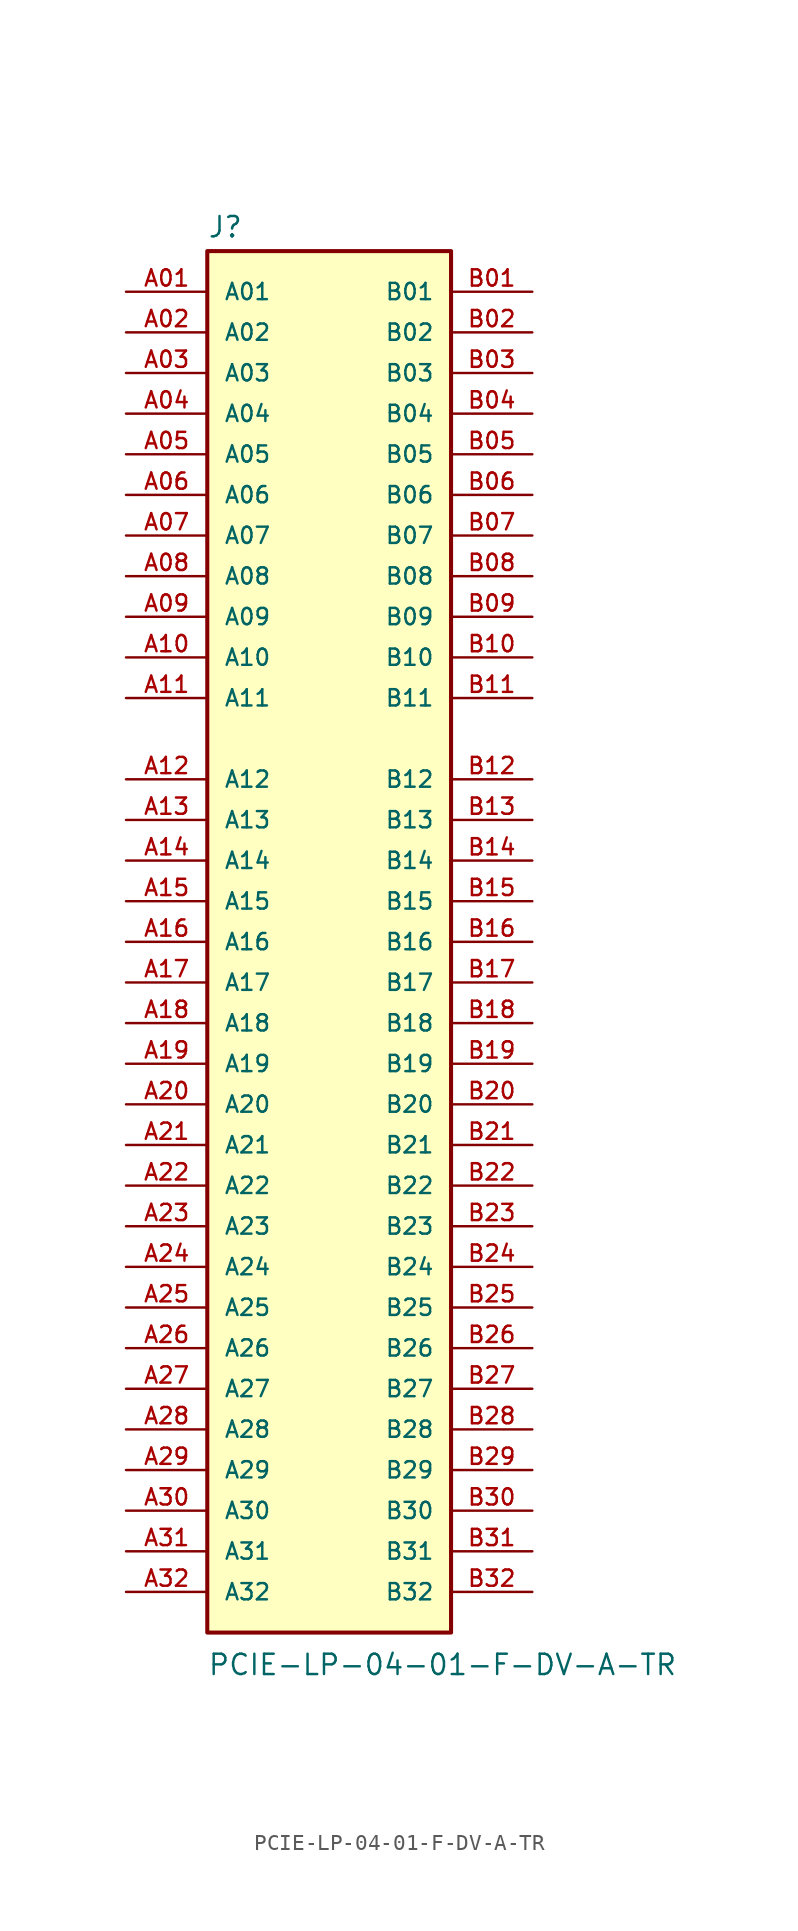
<source format=kicad_sym>
(kicad_symbol_lib
  (version 20211014)
  (generator kicad_symbol_editor)
  (symbol "PCIE-LP-04-01-F-DV-A-TR"
    (pin_names
      (offset 1.016))
    (property "Reference" "J"
      (at -7.62 43.942 0)
      (effects (font (size 1.27 1.27)) (justify bottom left)))
    (property "Value" "PCIE-LP-04-01-F-DV-A-TR"
      (at -7.62 -44.45 0)
      (effects (font (size 1.27 1.27)) (justify top left)))
    (symbol "PCIE-LP-04-01-F-DV-A-TR_0_0"
      (rectangle (start -7.62 -43.18) (end 7.62 43.18) (stroke (width 0.254)) (fill (type background)))
      (pin passive line (at -12.7 40.64 0) (length 5.08) (name "A01" (effects (font (size 1.016 1.016)))) (number "A01" (effects (font (size 1.016 1.016)))))
      (pin passive line (at 12.7 40.64 180.0) (length 5.08) (name "B01" (effects (font (size 1.016 1.016)))) (number "B01" (effects (font (size 1.016 1.016)))))
      (pin passive line (at -12.7 38.1 0) (length 5.08) (name "A02" (effects (font (size 1.016 1.016)))) (number "A02" (effects (font (size 1.016 1.016)))))
      (pin passive line (at 12.7 38.1 180.0) (length 5.08) (name "B02" (effects (font (size 1.016 1.016)))) (number "B02" (effects (font (size 1.016 1.016)))))
      (pin passive line (at -12.7 35.56 0) (length 5.08) (name "A03" (effects (font (size 1.016 1.016)))) (number "A03" (effects (font (size 1.016 1.016)))))
      (pin passive line (at 12.7 35.56 180.0) (length 5.08) (name "B03" (effects (font (size 1.016 1.016)))) (number "B03" (effects (font (size 1.016 1.016)))))
      (pin passive line (at -12.7 33.02 0) (length 5.08) (name "A04" (effects (font (size 1.016 1.016)))) (number "A04" (effects (font (size 1.016 1.016)))))
      (pin passive line (at 12.7 33.02 180.0) (length 5.08) (name "B04" (effects (font (size 1.016 1.016)))) (number "B04" (effects (font (size 1.016 1.016)))))
      (pin passive line (at -12.7 30.48 0) (length 5.08) (name "A05" (effects (font (size 1.016 1.016)))) (number "A05" (effects (font (size 1.016 1.016)))))
      (pin passive line (at 12.7 30.48 180.0) (length 5.08) (name "B05" (effects (font (size 1.016 1.016)))) (number "B05" (effects (font (size 1.016 1.016)))))
      (pin passive line (at -12.7 27.94 0) (length 5.08) (name "A06" (effects (font (size 1.016 1.016)))) (number "A06" (effects (font (size 1.016 1.016)))))
      (pin passive line (at 12.7 27.94 180.0) (length 5.08) (name "B06" (effects (font (size 1.016 1.016)))) (number "B06" (effects (font (size 1.016 1.016)))))
      (pin passive line (at -12.7 25.4 0) (length 5.08) (name "A07" (effects (font (size 1.016 1.016)))) (number "A07" (effects (font (size 1.016 1.016)))))
      (pin passive line (at 12.7 25.4 180.0) (length 5.08) (name "B07" (effects (font (size 1.016 1.016)))) (number "B07" (effects (font (size 1.016 1.016)))))
      (pin passive line (at -12.7 22.86 0) (length 5.08) (name "A08" (effects (font (size 1.016 1.016)))) (number "A08" (effects (font (size 1.016 1.016)))))
      (pin passive line (at 12.7 22.86 180.0) (length 5.08) (name "B08" (effects (font (size 1.016 1.016)))) (number "B08" (effects (font (size 1.016 1.016)))))
      (pin passive line (at -12.7 20.32 0) (length 5.08) (name "A09" (effects (font (size 1.016 1.016)))) (number "A09" (effects (font (size 1.016 1.016)))))
      (pin passive line (at 12.7 20.32 180.0) (length 5.08) (name "B09" (effects (font (size 1.016 1.016)))) (number "B09" (effects (font (size 1.016 1.016)))))
      (pin passive line (at -12.7 17.78 0) (length 5.08) (name "A10" (effects (font (size 1.016 1.016)))) (number "A10" (effects (font (size 1.016 1.016)))))
      (pin passive line (at 12.7 17.78 180.0) (length 5.08) (name "B10" (effects (font (size 1.016 1.016)))) (number "B10" (effects (font (size 1.016 1.016)))))
      (pin passive line (at -12.7 15.24 0) (length 5.08) (name "A11" (effects (font (size 1.016 1.016)))) (number "A11" (effects (font (size 1.016 1.016)))))
      (pin passive line (at 12.7 15.24 180.0) (length 5.08) (name "B11" (effects (font (size 1.016 1.016)))) (number "B11" (effects (font (size 1.016 1.016)))))
      (pin passive line (at -12.7 10.16 0) (length 5.08) (name "A12" (effects (font (size 1.016 1.016)))) (number "A12" (effects (font (size 1.016 1.016)))))
      (pin passive line (at 12.7 10.16 180.0) (length 5.08) (name "B12" (effects (font (size 1.016 1.016)))) (number "B12" (effects (font (size 1.016 1.016)))))
      (pin passive line (at -12.7 7.62 0) (length 5.08) (name "A13" (effects (font (size 1.016 1.016)))) (number "A13" (effects (font (size 1.016 1.016)))))
      (pin passive line (at 12.7 7.62 180.0) (length 5.08) (name "B13" (effects (font (size 1.016 1.016)))) (number "B13" (effects (font (size 1.016 1.016)))))
      (pin passive line (at -12.7 5.08 0) (length 5.08) (name "A14" (effects (font (size 1.016 1.016)))) (number "A14" (effects (font (size 1.016 1.016)))))
      (pin passive line (at 12.7 5.08 180.0) (length 5.08) (name "B14" (effects (font (size 1.016 1.016)))) (number "B14" (effects (font (size 1.016 1.016)))))
      (pin passive line (at -12.7 2.54 0) (length 5.08) (name "A15" (effects (font (size 1.016 1.016)))) (number "A15" (effects (font (size 1.016 1.016)))))
      (pin passive line (at 12.7 2.54 180.0) (length 5.08) (name "B15" (effects (font (size 1.016 1.016)))) (number "B15" (effects (font (size 1.016 1.016)))))
      (pin passive line (at -12.7 0.0 0) (length 5.08) (name "A16" (effects (font (size 1.016 1.016)))) (number "A16" (effects (font (size 1.016 1.016)))))
      (pin passive line (at 12.7 0.0 180.0) (length 5.08) (name "B16" (effects (font (size 1.016 1.016)))) (number "B16" (effects (font (size 1.016 1.016)))))
      (pin passive line (at -12.7 -2.54 0) (length 5.08) (name "A17" (effects (font (size 1.016 1.016)))) (number "A17" (effects (font (size 1.016 1.016)))))
      (pin passive line (at 12.7 -2.54 180.0) (length 5.08) (name "B17" (effects (font (size 1.016 1.016)))) (number "B17" (effects (font (size 1.016 1.016)))))
      (pin passive line (at -12.7 -5.08 0) (length 5.08) (name "A18" (effects (font (size 1.016 1.016)))) (number "A18" (effects (font (size 1.016 1.016)))))
      (pin passive line (at 12.7 -5.08 180.0) (length 5.08) (name "B18" (effects (font (size 1.016 1.016)))) (number "B18" (effects (font (size 1.016 1.016)))))
      (pin passive line (at -12.7 -7.62 0) (length 5.08) (name "A19" (effects (font (size 1.016 1.016)))) (number "A19" (effects (font (size 1.016 1.016)))))
      (pin passive line (at 12.7 -7.62 180.0) (length 5.08) (name "B19" (effects (font (size 1.016 1.016)))) (number "B19" (effects (font (size 1.016 1.016)))))
      (pin passive line (at -12.7 -10.16 0) (length 5.08) (name "A20" (effects (font (size 1.016 1.016)))) (number "A20" (effects (font (size 1.016 1.016)))))
      (pin passive line (at 12.7 -10.16 180.0) (length 5.08) (name "B20" (effects (font (size 1.016 1.016)))) (number "B20" (effects (font (size 1.016 1.016)))))
      (pin passive line (at -12.7 -12.7 0) (length 5.08) (name "A21" (effects (font (size 1.016 1.016)))) (number "A21" (effects (font (size 1.016 1.016)))))
      (pin passive line (at 12.7 -12.7 180.0) (length 5.08) (name "B21" (effects (font (size 1.016 1.016)))) (number "B21" (effects (font (size 1.016 1.016)))))
      (pin passive line (at -12.7 -15.24 0) (length 5.08) (name "A22" (effects (font (size 1.016 1.016)))) (number "A22" (effects (font (size 1.016 1.016)))))
      (pin passive line (at 12.7 -15.24 180.0) (length 5.08) (name "B22" (effects (font (size 1.016 1.016)))) (number "B22" (effects (font (size 1.016 1.016)))))
      (pin passive line (at -12.7 -17.78 0) (length 5.08) (name "A23" (effects (font (size 1.016 1.016)))) (number "A23" (effects (font (size 1.016 1.016)))))
      (pin passive line (at 12.7 -17.78 180.0) (length 5.08) (name "B23" (effects (font (size 1.016 1.016)))) (number "B23" (effects (font (size 1.016 1.016)))))
      (pin passive line (at -12.7 -20.32 0) (length 5.08) (name "A24" (effects (font (size 1.016 1.016)))) (number "A24" (effects (font (size 1.016 1.016)))))
      (pin passive line (at 12.7 -20.32 180.0) (length 5.08) (name "B24" (effects (font (size 1.016 1.016)))) (number "B24" (effects (font (size 1.016 1.016)))))
      (pin passive line (at -12.7 -22.86 0) (length 5.08) (name "A25" (effects (font (size 1.016 1.016)))) (number "A25" (effects (font (size 1.016 1.016)))))
      (pin passive line (at 12.7 -22.86 180.0) (length 5.08) (name "B25" (effects (font (size 1.016 1.016)))) (number "B25" (effects (font (size 1.016 1.016)))))
      (pin passive line (at -12.7 -25.4 0) (length 5.08) (name "A26" (effects (font (size 1.016 1.016)))) (number "A26" (effects (font (size 1.016 1.016)))))
      (pin passive line (at 12.7 -25.4 180.0) (length 5.08) (name "B26" (effects (font (size 1.016 1.016)))) (number "B26" (effects (font (size 1.016 1.016)))))
      (pin passive line (at -12.7 -27.94 0) (length 5.08) (name "A27" (effects (font (size 1.016 1.016)))) (number "A27" (effects (font (size 1.016 1.016)))))
      (pin passive line (at 12.7 -27.94 180.0) (length 5.08) (name "B27" (effects (font (size 1.016 1.016)))) (number "B27" (effects (font (size 1.016 1.016)))))
      (pin passive line (at -12.7 -30.48 0) (length 5.08) (name "A28" (effects (font (size 1.016 1.016)))) (number "A28" (effects (font (size 1.016 1.016)))))
      (pin passive line (at 12.7 -30.48 180.0) (length 5.08) (name "B28" (effects (font (size 1.016 1.016)))) (number "B28" (effects (font (size 1.016 1.016)))))
      (pin passive line (at -12.7 -33.02 0) (length 5.08) (name "A29" (effects (font (size 1.016 1.016)))) (number "A29" (effects (font (size 1.016 1.016)))))
      (pin passive line (at 12.7 -33.02 180.0) (length 5.08) (name "B29" (effects (font (size 1.016 1.016)))) (number "B29" (effects (font (size 1.016 1.016)))))
      (pin passive line (at -12.7 -35.56 0) (length 5.08) (name "A30" (effects (font (size 1.016 1.016)))) (number "A30" (effects (font (size 1.016 1.016)))))
      (pin passive line (at 12.7 -35.56 180.0) (length 5.08) (name "B30" (effects (font (size 1.016 1.016)))) (number "B30" (effects (font (size 1.016 1.016)))))
      (pin passive line (at -12.7 -38.1 0) (length 5.08) (name "A31" (effects (font (size 1.016 1.016)))) (number "A31" (effects (font (size 1.016 1.016)))))
      (pin passive line (at 12.7 -38.1 180.0) (length 5.08) (name "B31" (effects (font (size 1.016 1.016)))) (number "B31" (effects (font (size 1.016 1.016)))))
      (pin passive line (at -12.7 -40.64 0) (length 5.08) (name "A32" (effects (font (size 1.016 1.016)))) (number "A32" (effects (font (size 1.016 1.016)))))
      (pin passive line (at 12.7 -40.64 180.0) (length 5.08) (name "B32" (effects (font (size 1.016 1.016)))) (number "B32" (effects (font (size 1.016 1.016))))))))
</source>
